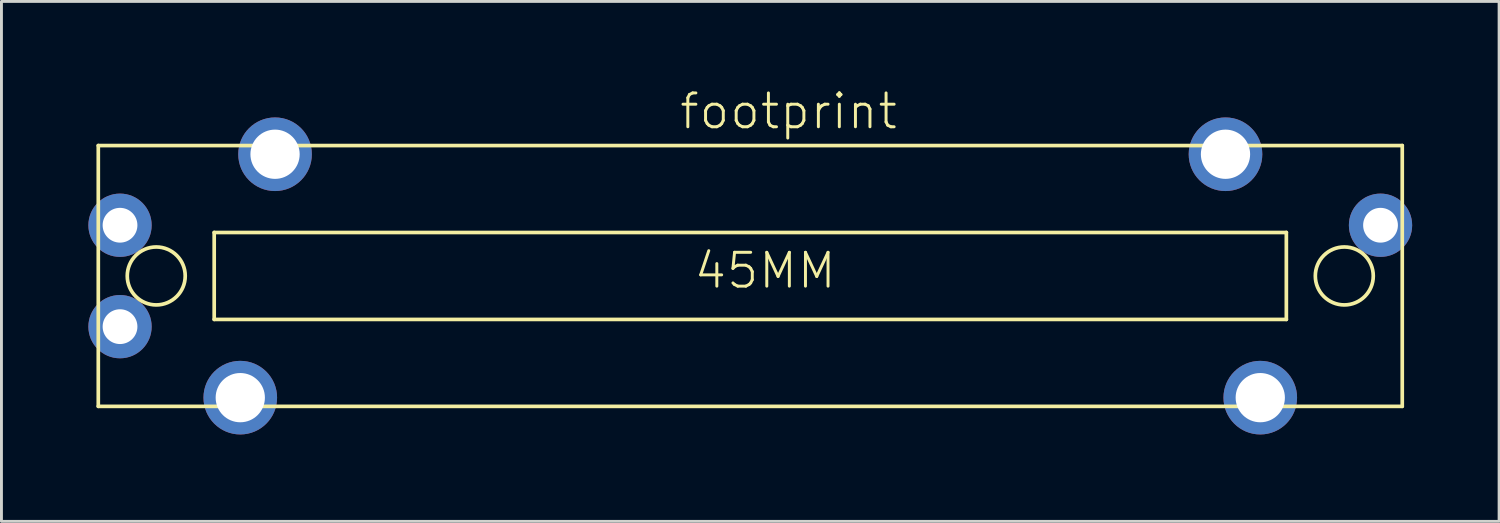
<source format=kicad_pcb>
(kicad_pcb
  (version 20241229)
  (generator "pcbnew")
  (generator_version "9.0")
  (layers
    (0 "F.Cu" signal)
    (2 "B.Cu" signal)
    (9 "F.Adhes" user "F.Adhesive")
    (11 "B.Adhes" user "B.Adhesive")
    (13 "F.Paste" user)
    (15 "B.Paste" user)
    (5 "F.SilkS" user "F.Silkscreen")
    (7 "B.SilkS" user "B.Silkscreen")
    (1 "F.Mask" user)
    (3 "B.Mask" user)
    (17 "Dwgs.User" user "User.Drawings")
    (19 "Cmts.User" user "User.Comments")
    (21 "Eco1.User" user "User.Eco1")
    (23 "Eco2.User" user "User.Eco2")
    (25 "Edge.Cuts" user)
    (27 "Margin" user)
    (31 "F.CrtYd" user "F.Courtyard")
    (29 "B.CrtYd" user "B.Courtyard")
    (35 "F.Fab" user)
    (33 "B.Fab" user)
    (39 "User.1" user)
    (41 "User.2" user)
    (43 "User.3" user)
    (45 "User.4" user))
  (footprint "footprint"
    (layer "F.Cu")
    (at 22.842 6.473)
    (property "Reference" "footprint" (at -2.5 -5 0) (layer "F.SilkS") (effects (font (size 1.168 1.168) (thickness 0.102)) (justify left bottom)))
    (fp_line (start -22.5 -4.5) (end 22.5 -4.5) (stroke (width 0.127) (type solid)) (layer "F.SilkS"))
    (fp_line (start -22.5 4.5) (end -22.5 -4.5) (stroke (width 0.127) (type solid)) (layer "F.SilkS"))
    (fp_line (start -18.5 -1.5) (end 18.5 -1.5) (stroke (width 0.127) (type solid)) (layer "F.SilkS"))
    (fp_line (start -18.5 1.5) (end -18.5 -1.5) (stroke (width 0.127) (type solid)) (layer "F.SilkS"))
    (fp_line (start 18.5 -1.5) (end 18.5 1.5) (stroke (width 0.127) (type solid)) (layer "F.SilkS"))
    (fp_line (start 18.5 1.5) (end -18.5 1.5) (stroke (width 0.127) (type solid)) (layer "F.SilkS"))
    (fp_line (start 22.5 -4.5) (end 22.5 4.5) (stroke (width 0.127) (type solid)) (layer "F.SilkS"))
    (fp_line (start 22.5 4.5) (end -22.5 4.5) (stroke (width 0.127) (type solid)) (layer "F.SilkS"))
    (fp_circle (center -20.5 0) (end -19.5 0) (stroke (width 0.127) (type solid)) (fill no) (layer "F.SilkS"))
    (fp_circle (center 20.5 0) (end 21.5 0) (stroke (width 0.127) (type solid)) (fill no) (layer "F.SilkS"))
    (fp_text user "45MM" (at -2 0.5 0) (layer "F.SilkS") (effects (font (size 1.168 1.168) (thickness 0.102)) (justify left bottom)))
    (pad "A" thru_hole circle (at -21.75 -1.75) (size 2.184 2.184) (drill 1.2) (layers "*.Cu" "*.Mask"))
    (pad "B" thru_hole circle (at -21.75 1.75) (size 2.184 2.184) (drill 1.2) (layers "*.Cu" "*.Mask"))
    (pad "C" thru_hole circle (at 21.75 -1.75) (size 2.184 2.184) (drill 1.2) (layers "*.Cu" "*.Mask"))
    (pad "P$1" thru_hole circle (at -16.4 -4.2) (size 2.54 2.54) (drill 1.7) (layers "*.Cu" "*.Mask"))
    (pad "P$2" thru_hole circle (at 16.4 -4.2) (size 2.54 2.54) (drill 1.7) (layers "*.Cu" "*.Mask"))
    (pad "P$3" thru_hole circle (at -17.6 4.2) (size 2.54 2.54) (drill 1.7) (layers "*.Cu" "*.Mask"))
    (pad "P$4" thru_hole circle (at 17.6 4.2) (size 2.54 2.54) (drill 1.7) (layers "*.Cu" "*.Mask")))
  (gr_rect
    (start -3 -3)
    (end 48.684 14.943)
    (stroke (width 0.1) (type default))
    (fill no)
    (layer "Edge.Cuts")))
</source>
